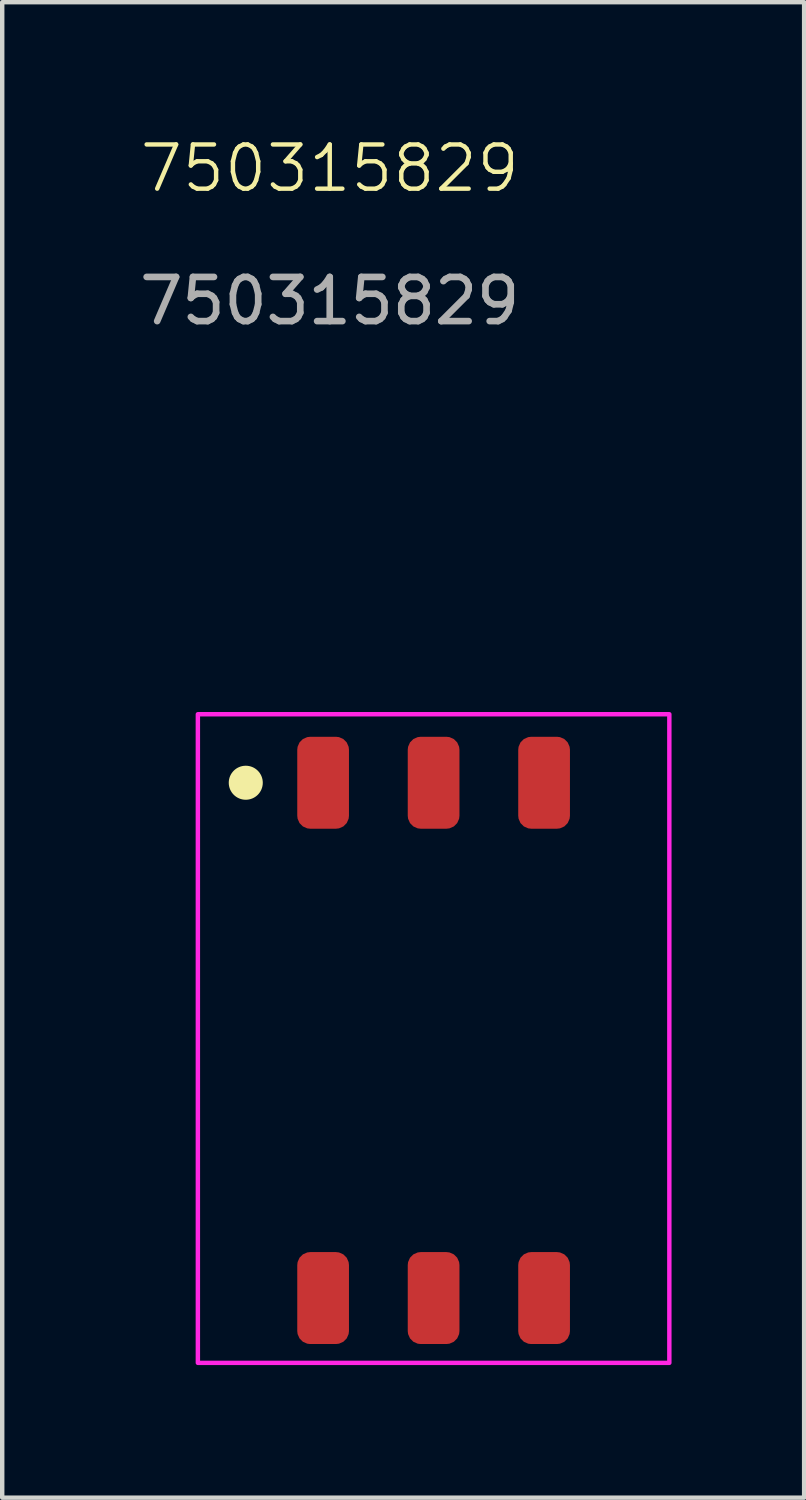
<source format=kicad_pcb>
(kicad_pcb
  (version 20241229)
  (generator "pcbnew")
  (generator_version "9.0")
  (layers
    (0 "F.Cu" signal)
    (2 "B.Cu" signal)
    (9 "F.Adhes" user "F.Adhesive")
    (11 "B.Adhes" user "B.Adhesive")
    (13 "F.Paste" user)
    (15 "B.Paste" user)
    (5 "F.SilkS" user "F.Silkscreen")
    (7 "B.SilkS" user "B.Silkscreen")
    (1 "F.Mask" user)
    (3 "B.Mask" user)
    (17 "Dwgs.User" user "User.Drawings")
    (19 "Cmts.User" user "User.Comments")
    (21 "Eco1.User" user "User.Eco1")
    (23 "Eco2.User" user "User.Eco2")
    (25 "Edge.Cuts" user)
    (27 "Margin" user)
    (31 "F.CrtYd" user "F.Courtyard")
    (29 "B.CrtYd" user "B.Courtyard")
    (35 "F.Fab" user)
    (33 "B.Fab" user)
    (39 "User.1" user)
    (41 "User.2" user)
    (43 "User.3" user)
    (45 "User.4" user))
  (footprint "750315829"
    (layer "F.Cu")
    (at 6.761 14.661)
    (property "Reference" "750315829" (at -2.35 -13.9 0) (unlocked yes) (layer "F.SilkS") (effects (font (size 1 1) (thickness 0.1))))
    (attr smd)
    (fp_circle (center -4.25 0) (end -3.915 0) (stroke (width 0.1) (type solid)) (fill yes) (layer "F.SilkS"))
    (fp_rect (start -5.334 -1.55) (end 5.334 13.126) (stroke (width 0.1) (type default)) (fill no) (layer "F.CrtYd"))
    (fp_text user "${REFERENCE}" (at -2.35 -10.9 0) (unlocked yes) (layer "F.Fab") (effects (font (size 1 1) (thickness 0.15))))
    (pad "1" smd roundrect (at -2.5 0 180) (size 1.17 2.08) (layers "F.Cu" "F.Mask" "F.Paste") (roundrect_rratio 0.25))
    (pad "2" smd roundrect (at 0 0 180) (size 1.17 2.08) (layers "F.Cu" "F.Mask" "F.Paste") (roundrect_rratio 0.25))
    (pad "3" smd roundrect (at 2.5 0 180) (size 1.17 2.08) (layers "F.Cu" "F.Mask" "F.Paste") (roundrect_rratio 0.25))
    (pad "4" smd roundrect (at -2.5 11.66 180) (size 1.17 2.08) (layers "F.Cu" "F.Mask" "F.Paste") (roundrect_rratio 0.25))
    (pad "5" smd roundrect (at 0 11.66 180) (size 1.17 2.08) (layers "F.Cu" "F.Mask" "F.Paste") (roundrect_rratio 0.25))
    (pad "6" smd roundrect (at 2.5 11.66 180) (size 1.17 2.08) (layers "F.Cu" "F.Mask" "F.Paste") (roundrect_rratio 0.25)))
  (gr_rect
    (start -3 -3)
    (end 15.145 30.837)
    (stroke (width 0.1) (type default))
    (fill no)
    (layer "Edge.Cuts")))
</source>
